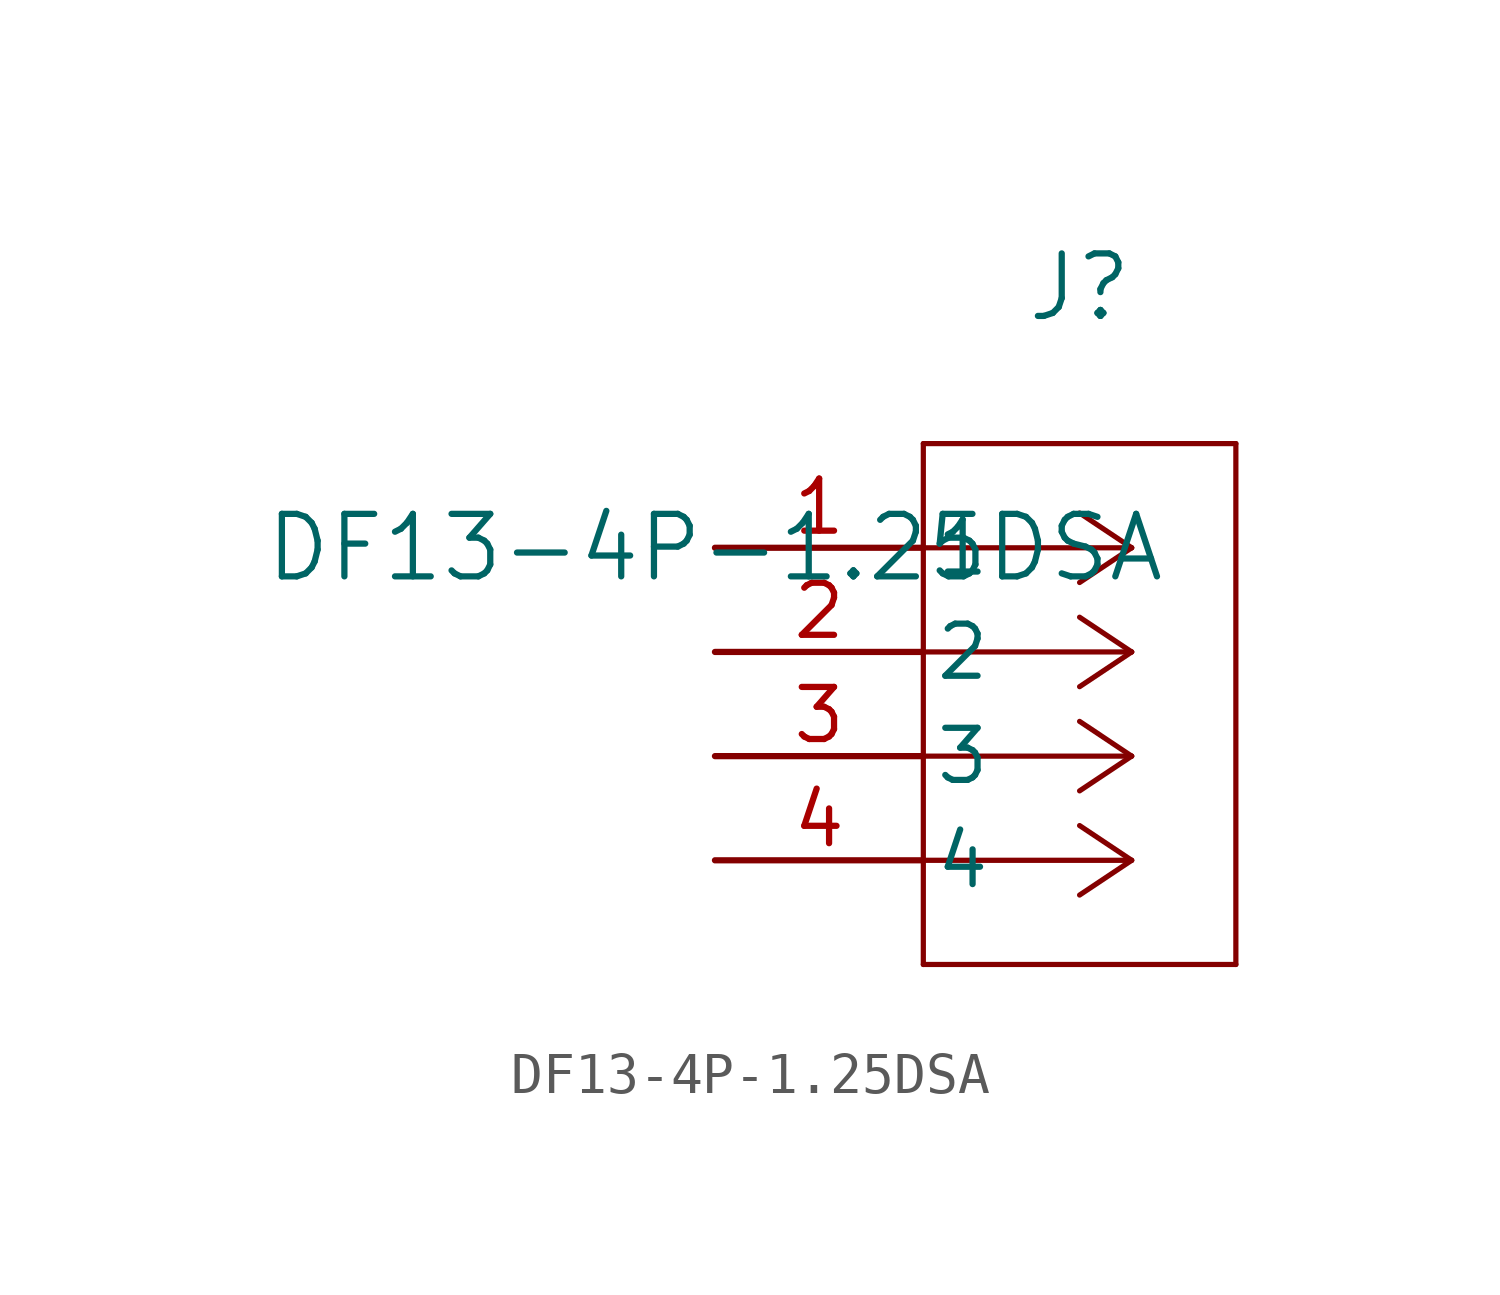
<source format=kicad_sym>
(kicad_symbol_lib
  (version 20211014)
  (generator kicad_symbol_editor)
  (symbol "DF13-4P-1.25DSA"
    (pin_names
      (offset 0.254))
    (property "Reference" "J"
      (at 8.89 6.35 0)
      (effects (font (size 1.524 1.524))))
    (property "Value" "DF13-4P-1.25DSA"
      (at 0 0 0)
      (effects (font (size 1.524 1.524))))
    (symbol "DF13-4P-1.25DSA_0_1"
      (polyline (pts (xy 10.16 0) (xy 5.08 0)) (stroke (width 0.127) (type default) (color 0 0 0 0)) (fill (type none)))
      (polyline (pts (xy 10.16 -2.54) (xy 5.08 -2.54)) (stroke (width 0.127) (type default) (color 0 0 0 0)) (fill (type none)))
      (polyline (pts (xy 10.16 -5.08) (xy 5.08 -5.08)) (stroke (width 0.127) (type default) (color 0 0 0 0)) (fill (type none)))
      (polyline (pts (xy 10.16 -7.62) (xy 5.08 -7.62)) (stroke (width 0.127) (type default) (color 0 0 0 0)) (fill (type none)))
      (polyline (pts (xy 10.16 0) (xy 8.89 0.847)) (stroke (width 0.127) (type default) (color 0 0 0 0)) (fill (type none)))
      (polyline (pts (xy 10.16 -2.54) (xy 8.89 -1.693)) (stroke (width 0.127) (type default) (color 0 0 0 0)) (fill (type none)))
      (polyline (pts (xy 10.16 -5.08) (xy 8.89 -4.233)) (stroke (width 0.127) (type default) (color 0 0 0 0)) (fill (type none)))
      (polyline (pts (xy 10.16 -7.62) (xy 8.89 -6.773)) (stroke (width 0.127) (type default) (color 0 0 0 0)) (fill (type none)))
      (polyline (pts (xy 10.16 0) (xy 8.89 -0.847)) (stroke (width 0.127) (type default) (color 0 0 0 0)) (fill (type none)))
      (polyline (pts (xy 10.16 -2.54) (xy 8.89 -3.387)) (stroke (width 0.127) (type default) (color 0 0 0 0)) (fill (type none)))
      (polyline (pts (xy 10.16 -5.08) (xy 8.89 -5.927)) (stroke (width 0.127) (type default) (color 0 0 0 0)) (fill (type none)))
      (polyline (pts (xy 10.16 -7.62) (xy 8.89 -8.467)) (stroke (width 0.127) (type default) (color 0 0 0 0)) (fill (type none)))
      (polyline (pts (xy 5.08 2.54) (xy 5.08 -10.16)) (stroke (width 0.127) (type default) (color 0 0 0 0)) (fill (type none)))
      (polyline (pts (xy 5.08 -10.16) (xy 12.7 -10.16)) (stroke (width 0.127) (type default) (color 0 0 0 0)) (fill (type none)))
      (polyline (pts (xy 12.7 -10.16) (xy 12.7 2.54)) (stroke (width 0.127) (type default) (color 0 0 0 0)) (fill (type none)))
      (polyline (pts (xy 12.7 2.54) (xy 5.08 2.54)) (stroke (width 0.127) (type default) (color 0 0 0 0)) (fill (type none)))
      (pin unspecified line (at 0 0 0) (length 5.08) (name "1" (effects (font (size 1.27 1.27)))) (number "1" (effects (font (size 1.27 1.27)))))
      (pin unspecified line (at 0 -2.54 0) (length 5.08) (name "2" (effects (font (size 1.27 1.27)))) (number "2" (effects (font (size 1.27 1.27)))))
      (pin unspecified line (at 0 -5.08 0) (length 5.08) (name "3" (effects (font (size 1.27 1.27)))) (number "3" (effects (font (size 1.27 1.27)))))
      (pin unspecified line (at 0 -7.62 0) (length 5.08) (name "4" (effects (font (size 1.27 1.27)))) (number "4" (effects (font (size 1.27 1.27))))))))
</source>
